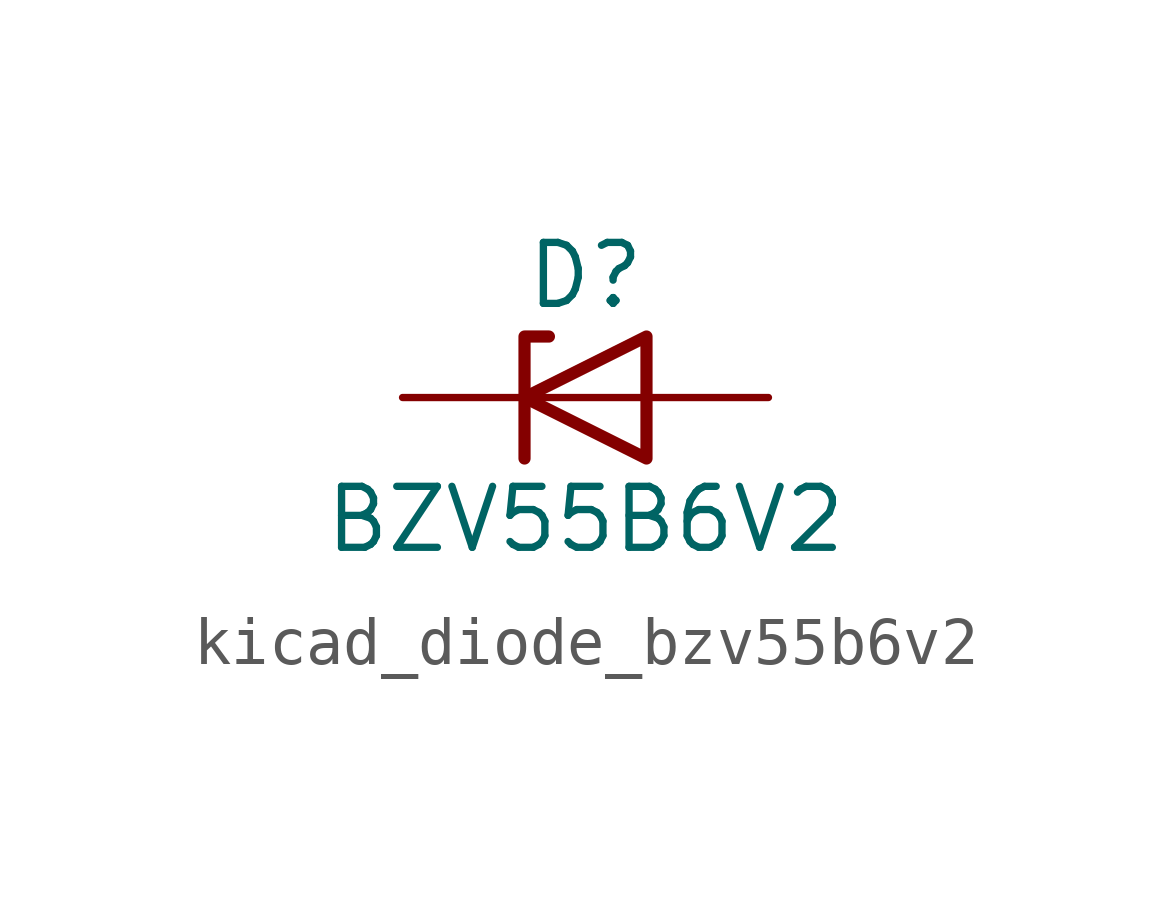
<source format=kicad_sym>
(kicad_symbol_lib
  (version 20220914)
  (generator kicad_symbol_editor)
  (symbol "kicad_diode_bzv55b6v2"
    (pin_numbers hide)
    (pin_names hide)
    (property "Reference" "D"
      (at 0 2.54 0)
      (effects (font (size 1.27 1.27))))
    (property "Value" "BZV55B6V2"
      (at 0 -2.54 0)
      (effects (font (size 1.27 1.27))))
    (symbol "kicad_diode_bzv55b6v2_0_1"
      (polyline (pts (xy 1.27 0) (xy -1.27 0)) (stroke (width 0) (type default)) (fill (type none)))
      (polyline (pts (xy -1.27 -1.27) (xy -1.27 1.27) (xy -0.762 1.27)) (stroke (width 0.254) (type default)) (fill (type none)))
      (polyline (pts (xy 1.27 -1.27) (xy 1.27 1.27) (xy -1.27 0) (xy 1.27 -1.27)) (stroke (width 0.254) (type default)) (fill (type none))))
    (symbol "kicad_diode_bzv55b6v2_1_1"
      (pin passive line (at -3.81 0 0) (length 2.54) (name "K" (effects (font (size 1.27 1.27)))) (number "1" (effects (font (size 1.27 1.27)))))
      (pin passive line (at 3.81 0 180) (length 2.54) (name "A" (effects (font (size 1.27 1.27)))) (number "2" (effects (font (size 1.27 1.27))))))))
</source>
